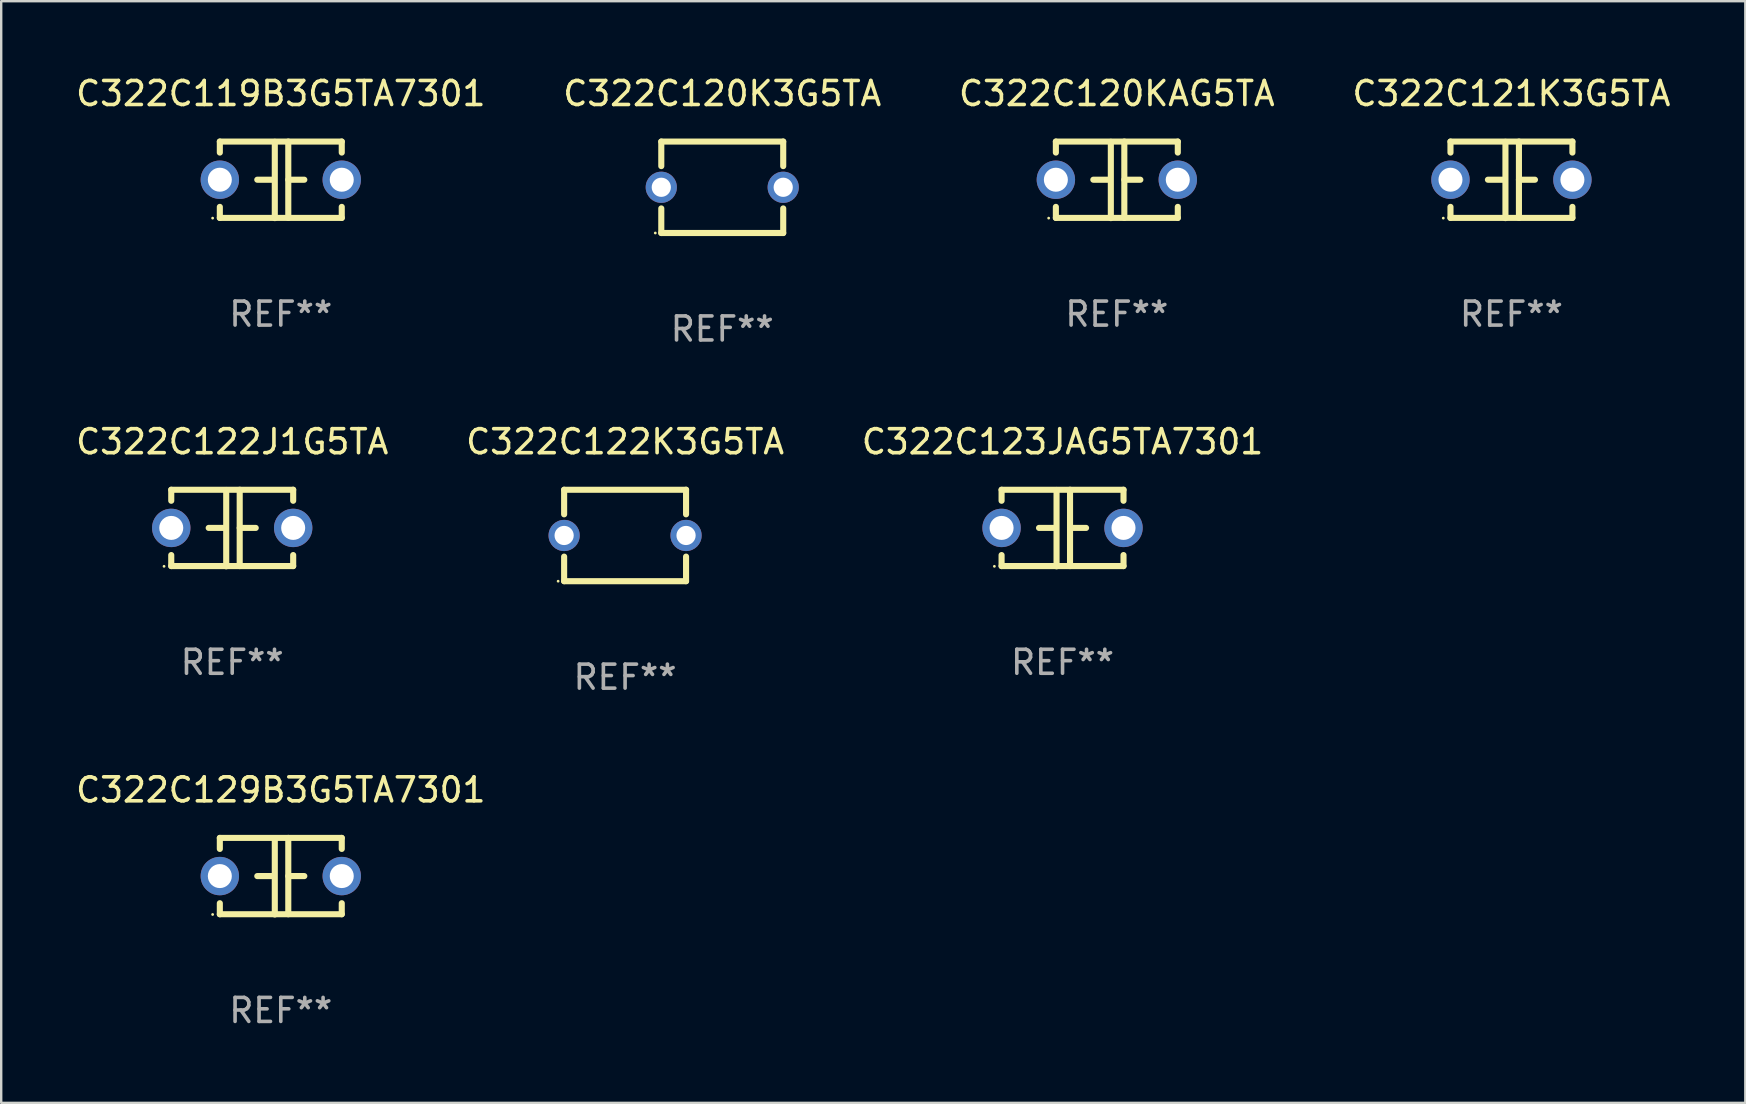
<source format=kicad_pcb>
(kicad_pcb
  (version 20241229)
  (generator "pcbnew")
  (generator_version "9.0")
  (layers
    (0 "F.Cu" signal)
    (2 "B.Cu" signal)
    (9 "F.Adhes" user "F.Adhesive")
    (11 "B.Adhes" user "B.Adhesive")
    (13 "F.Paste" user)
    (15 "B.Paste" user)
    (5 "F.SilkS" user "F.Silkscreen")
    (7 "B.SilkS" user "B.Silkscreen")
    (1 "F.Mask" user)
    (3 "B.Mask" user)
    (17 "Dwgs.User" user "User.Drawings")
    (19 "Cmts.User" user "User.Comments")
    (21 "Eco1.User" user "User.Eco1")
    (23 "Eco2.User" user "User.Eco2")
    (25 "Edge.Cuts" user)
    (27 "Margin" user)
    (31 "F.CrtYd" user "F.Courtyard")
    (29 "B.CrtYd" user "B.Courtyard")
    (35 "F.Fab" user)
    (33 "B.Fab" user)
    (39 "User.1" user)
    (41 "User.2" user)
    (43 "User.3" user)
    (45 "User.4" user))
  (footprint "C322C123JAG5TA7301"
    (layer "F.Cu")
    (at 41.22 18.95)
    (property "Reference" "C322C123JAG5TA7301" (at 0 -3.595 0) (layer "F.SilkS") (effects (font (size 1 1) (thickness 0.15))))
    (attr through_hole)
    (fp_line (start -2.54 -1.595) (end -2.54 -1.136) (stroke (width 0.254) (type solid)) (layer "F.SilkS"))
    (fp_line (start -2.54 -1.595) (end 2.54 -1.595) (stroke (width 0.254) (type solid)) (layer "F.SilkS"))
    (fp_line (start -2.54 1.126) (end -2.54 1.585) (stroke (width 0.254) (type solid)) (layer "F.SilkS"))
    (fp_line (start -0.312 -0.005) (end -0.98 -0.005) (stroke (width 0.254) (type solid)) (layer "F.SilkS"))
    (fp_line (start -0.25 -1.585) (end -0.25 1.595) (stroke (width 0.254) (type solid)) (layer "F.SilkS"))
    (fp_line (start 0.312 -1.595) (end 0.312 1.585) (stroke (width 0.254) (type solid)) (layer "F.SilkS"))
    (fp_line (start 0.312 -0.005) (end 0.98 -0.005) (stroke (width 0.254) (type solid)) (layer "F.SilkS"))
    (fp_line (start 2.54 -1.595) (end 2.54 -1.136) (stroke (width 0.254) (type solid)) (layer "F.SilkS"))
    (fp_line (start 2.54 1.126) (end 2.54 1.585) (stroke (width 0.254) (type solid)) (layer "F.SilkS"))
    (fp_line (start 2.54 1.585) (end -2.54 1.585) (stroke (width 0.254) (type solid)) (layer "F.SilkS"))
    (fp_circle (center -2.84 1.595) (end -2.81 1.595) (stroke (width 0.06) (type solid)) (fill no) (layer "F.SilkS"))
    (fp_text user "REF**" (at 0 5.595 0) (layer "F.Fab") (effects (font (size 1 1) (thickness 0.15))))
    (pad "1" thru_hole circle (at -2.54 -0.005) (size 1.6 1.6) (drill 1) (layers "*.Cu" "*.Mask"))
    (pad "2" thru_hole circle (at 2.54 -0.005) (size 1.6 1.6) (drill 1) (layers "*.Cu" "*.Mask")))
  (footprint "C322C120KAG5TA"
    (layer "F.Cu")
    (at 43.482 4.443)
    (property "Reference" "C322C120KAG5TA" (at 0 -3.595 0) (layer "F.SilkS") (effects (font (size 1 1) (thickness 0.15))))
    (attr through_hole)
    (fp_line (start -2.54 -1.595) (end -2.54 -1.136) (stroke (width 0.254) (type solid)) (layer "F.SilkS"))
    (fp_line (start -2.54 -1.595) (end 2.54 -1.595) (stroke (width 0.254) (type solid)) (layer "F.SilkS"))
    (fp_line (start -2.54 1.126) (end -2.54 1.585) (stroke (width 0.254) (type solid)) (layer "F.SilkS"))
    (fp_line (start -0.312 -0.005) (end -0.98 -0.005) (stroke (width 0.254) (type solid)) (layer "F.SilkS"))
    (fp_line (start -0.25 -1.585) (end -0.25 1.595) (stroke (width 0.254) (type solid)) (layer "F.SilkS"))
    (fp_line (start 0.312 -1.595) (end 0.312 1.585) (stroke (width 0.254) (type solid)) (layer "F.SilkS"))
    (fp_line (start 0.312 -0.005) (end 0.98 -0.005) (stroke (width 0.254) (type solid)) (layer "F.SilkS"))
    (fp_line (start 2.54 -1.595) (end 2.54 -1.136) (stroke (width 0.254) (type solid)) (layer "F.SilkS"))
    (fp_line (start 2.54 1.126) (end 2.54 1.585) (stroke (width 0.254) (type solid)) (layer "F.SilkS"))
    (fp_line (start 2.54 1.585) (end -2.54 1.585) (stroke (width 0.254) (type solid)) (layer "F.SilkS"))
    (fp_circle (center -2.84 1.595) (end -2.81 1.595) (stroke (width 0.06) (type solid)) (fill no) (layer "F.SilkS"))
    (fp_text user "REF**" (at 0 5.595 0) (layer "F.Fab") (effects (font (size 1 1) (thickness 0.15))))
    (pad "1" thru_hole circle (at -2.54 -0.005) (size 1.6 1.6) (drill 1) (layers "*.Cu" "*.Mask"))
    (pad "2" thru_hole circle (at 2.54 -0.005) (size 1.6 1.6) (drill 1) (layers "*.Cu" "*.Mask")))
  (footprint "C322C122J1G5TA"
    (layer "F.Cu")
    (at 6.625 18.95)
    (property "Reference" "C322C122J1G5TA" (at 0 -3.595 0) (layer "F.SilkS") (effects (font (size 1 1) (thickness 0.15))))
    (attr through_hole)
    (fp_line (start -2.54 -1.595) (end -2.54 -1.136) (stroke (width 0.254) (type solid)) (layer "F.SilkS"))
    (fp_line (start -2.54 -1.595) (end 2.54 -1.595) (stroke (width 0.254) (type solid)) (layer "F.SilkS"))
    (fp_line (start -2.54 1.126) (end -2.54 1.585) (stroke (width 0.254) (type solid)) (layer "F.SilkS"))
    (fp_line (start -0.312 -0.005) (end -0.98 -0.005) (stroke (width 0.254) (type solid)) (layer "F.SilkS"))
    (fp_line (start -0.25 -1.585) (end -0.25 1.595) (stroke (width 0.254) (type solid)) (layer "F.SilkS"))
    (fp_line (start 0.312 -1.595) (end 0.312 1.585) (stroke (width 0.254) (type solid)) (layer "F.SilkS"))
    (fp_line (start 0.312 -0.005) (end 0.98 -0.005) (stroke (width 0.254) (type solid)) (layer "F.SilkS"))
    (fp_line (start 2.54 -1.595) (end 2.54 -1.136) (stroke (width 0.254) (type solid)) (layer "F.SilkS"))
    (fp_line (start 2.54 1.126) (end 2.54 1.585) (stroke (width 0.254) (type solid)) (layer "F.SilkS"))
    (fp_line (start 2.54 1.585) (end -2.54 1.585) (stroke (width 0.254) (type solid)) (layer "F.SilkS"))
    (fp_circle (center -2.84 1.595) (end -2.81 1.595) (stroke (width 0.06) (type solid)) (fill no) (layer "F.SilkS"))
    (fp_text user "REF**" (at 0 5.595 0) (layer "F.Fab") (effects (font (size 1 1) (thickness 0.15))))
    (pad "1" thru_hole circle (at -2.54 -0.005) (size 1.6 1.6) (drill 1) (layers "*.Cu" "*.Mask"))
    (pad "2" thru_hole circle (at 2.54 -0.005) (size 1.6 1.6) (drill 1) (layers "*.Cu" "*.Mask")))
  (footprint "C322C129B3G5TA7301"
    (layer "F.Cu")
    (at 8.649 33.456)
    (property "Reference" "C322C129B3G5TA7301" (at 0 -3.595 0) (layer "F.SilkS") (effects (font (size 1 1) (thickness 0.15))))
    (attr through_hole)
    (fp_line (start -2.54 -1.595) (end -2.54 -1.136) (stroke (width 0.254) (type solid)) (layer "F.SilkS"))
    (fp_line (start -2.54 -1.595) (end 2.54 -1.595) (stroke (width 0.254) (type solid)) (layer "F.SilkS"))
    (fp_line (start -2.54 1.126) (end -2.54 1.585) (stroke (width 0.254) (type solid)) (layer "F.SilkS"))
    (fp_line (start -0.312 -0.005) (end -0.98 -0.005) (stroke (width 0.254) (type solid)) (layer "F.SilkS"))
    (fp_line (start -0.25 -1.585) (end -0.25 1.595) (stroke (width 0.254) (type solid)) (layer "F.SilkS"))
    (fp_line (start 0.312 -1.595) (end 0.312 1.585) (stroke (width 0.254) (type solid)) (layer "F.SilkS"))
    (fp_line (start 0.312 -0.005) (end 0.98 -0.005) (stroke (width 0.254) (type solid)) (layer "F.SilkS"))
    (fp_line (start 2.54 -1.595) (end 2.54 -1.136) (stroke (width 0.254) (type solid)) (layer "F.SilkS"))
    (fp_line (start 2.54 1.126) (end 2.54 1.585) (stroke (width 0.254) (type solid)) (layer "F.SilkS"))
    (fp_line (start 2.54 1.585) (end -2.54 1.585) (stroke (width 0.254) (type solid)) (layer "F.SilkS"))
    (fp_circle (center -2.84 1.595) (end -2.81 1.595) (stroke (width 0.06) (type solid)) (fill no) (layer "F.SilkS"))
    (fp_text user "REF**" (at 0 5.595 0) (layer "F.Fab") (effects (font (size 1 1) (thickness 0.15))))
    (pad "1" thru_hole circle (at -2.54 -0.005) (size 1.6 1.6) (drill 1) (layers "*.Cu" "*.Mask"))
    (pad "2" thru_hole circle (at 2.54 -0.005) (size 1.6 1.6) (drill 1) (layers "*.Cu" "*.Mask")))
  (footprint "C322C119B3G5TA7301"
    (layer "F.Cu")
    (at 8.649 4.443)
    (property "Reference" "C322C119B3G5TA7301" (at 0 -3.595 0) (layer "F.SilkS") (effects (font (size 1 1) (thickness 0.15))))
    (attr through_hole)
    (fp_line (start -2.54 -1.595) (end -2.54 -1.136) (stroke (width 0.254) (type solid)) (layer "F.SilkS"))
    (fp_line (start -2.54 -1.595) (end 2.54 -1.595) (stroke (width 0.254) (type solid)) (layer "F.SilkS"))
    (fp_line (start -2.54 1.126) (end -2.54 1.585) (stroke (width 0.254) (type solid)) (layer "F.SilkS"))
    (fp_line (start -0.312 -0.005) (end -0.98 -0.005) (stroke (width 0.254) (type solid)) (layer "F.SilkS"))
    (fp_line (start -0.25 -1.585) (end -0.25 1.595) (stroke (width 0.254) (type solid)) (layer "F.SilkS"))
    (fp_line (start 0.312 -1.595) (end 0.312 1.585) (stroke (width 0.254) (type solid)) (layer "F.SilkS"))
    (fp_line (start 0.312 -0.005) (end 0.98 -0.005) (stroke (width 0.254) (type solid)) (layer "F.SilkS"))
    (fp_line (start 2.54 -1.595) (end 2.54 -1.136) (stroke (width 0.254) (type solid)) (layer "F.SilkS"))
    (fp_line (start 2.54 1.126) (end 2.54 1.585) (stroke (width 0.254) (type solid)) (layer "F.SilkS"))
    (fp_line (start 2.54 1.585) (end -2.54 1.585) (stroke (width 0.254) (type solid)) (layer "F.SilkS"))
    (fp_circle (center -2.84 1.595) (end -2.81 1.595) (stroke (width 0.06) (type solid)) (fill no) (layer "F.SilkS"))
    (fp_text user "REF**" (at 0 5.595 0) (layer "F.Fab") (effects (font (size 1 1) (thickness 0.15))))
    (pad "1" thru_hole circle (at -2.54 -0.005) (size 1.6 1.6) (drill 1) (layers "*.Cu" "*.Mask"))
    (pad "2" thru_hole circle (at 2.54 -0.005) (size 1.6 1.6) (drill 1) (layers "*.Cu" "*.Mask")))
  (footprint "C322C120K3G5TA"
    (layer "F.Cu")
    (at 27.042 4.753)
    (property "Reference" "C322C120K3G5TA" (at 0 -3.905 0) (layer "F.SilkS") (effects (font (size 1 1) (thickness 0.15))))
    (attr through_hole)
    (fp_line (start -2.54 -1.905) (end -2.54 -0.881) (stroke (width 0.254) (type solid)) (layer "F.SilkS"))
    (fp_line (start -2.54 0.881) (end -2.54 1.905) (stroke (width 0.254) (type solid)) (layer "F.SilkS"))
    (fp_line (start -2.54 1.905) (end 2.54 1.905) (stroke (width 0.254) (type solid)) (layer "F.SilkS"))
    (fp_line (start 2.54 -1.905) (end -2.54 -1.905) (stroke (width 0.254) (type solid)) (layer "F.SilkS"))
    (fp_line (start 2.54 -0.881) (end 2.54 -1.905) (stroke (width 0.254) (type solid)) (layer "F.SilkS"))
    (fp_line (start 2.54 1.905) (end 2.54 0.881) (stroke (width 0.254) (type solid)) (layer "F.SilkS"))
    (fp_circle (center -2.79 1.905) (end -2.76 1.905) (stroke (width 0.06) (type solid)) (fill no) (layer "F.SilkS"))
    (fp_text user "REF**" (at 0 5.905 0) (layer "F.Fab") (effects (font (size 1 1) (thickness 0.15))))
    (pad "1" thru_hole circle (at -2.54 0) (size 1.3 1.3) (drill 0.8) (layers "*.Cu" "*.Mask"))
    (pad "2" thru_hole circle (at 2.54 0) (size 1.3 1.3) (drill 0.8) (layers "*.Cu" "*.Mask")))
  (footprint "C322C122K3G5TA"
    (layer "F.Cu")
    (at 22.994 19.26)
    (property "Reference" "C322C122K3G5TA" (at 0 -3.905 0) (layer "F.SilkS") (effects (font (size 1 1) (thickness 0.15))))
    (attr through_hole)
    (fp_line (start -2.54 -1.905) (end -2.54 -0.881) (stroke (width 0.254) (type solid)) (layer "F.SilkS"))
    (fp_line (start -2.54 0.881) (end -2.54 1.905) (stroke (width 0.254) (type solid)) (layer "F.SilkS"))
    (fp_line (start -2.54 1.905) (end 2.54 1.905) (stroke (width 0.254) (type solid)) (layer "F.SilkS"))
    (fp_line (start 2.54 -1.905) (end -2.54 -1.905) (stroke (width 0.254) (type solid)) (layer "F.SilkS"))
    (fp_line (start 2.54 -0.881) (end 2.54 -1.905) (stroke (width 0.254) (type solid)) (layer "F.SilkS"))
    (fp_line (start 2.54 1.905) (end 2.54 0.881) (stroke (width 0.254) (type solid)) (layer "F.SilkS"))
    (fp_circle (center -2.79 1.905) (end -2.76 1.905) (stroke (width 0.06) (type solid)) (fill no) (layer "F.SilkS"))
    (fp_text user "REF**" (at 0 5.905 0) (layer "F.Fab") (effects (font (size 1 1) (thickness 0.15))))
    (pad "1" thru_hole circle (at -2.54 0) (size 1.3 1.3) (drill 0.8) (layers "*.Cu" "*.Mask"))
    (pad "2" thru_hole circle (at 2.54 0) (size 1.3 1.3) (drill 0.8) (layers "*.Cu" "*.Mask")))
  (footprint "C322C121K3G5TA"
    (layer "F.Cu")
    (at 59.923 4.443)
    (property "Reference" "C322C121K3G5TA" (at 0 -3.595 0) (layer "F.SilkS") (effects (font (size 1 1) (thickness 0.15))))
    (attr through_hole)
    (fp_line (start -2.54 -1.595) (end -2.54 -1.136) (stroke (width 0.254) (type solid)) (layer "F.SilkS"))
    (fp_line (start -2.54 -1.595) (end 2.54 -1.595) (stroke (width 0.254) (type solid)) (layer "F.SilkS"))
    (fp_line (start -2.54 1.126) (end -2.54 1.585) (stroke (width 0.254) (type solid)) (layer "F.SilkS"))
    (fp_line (start -0.312 -0.005) (end -0.98 -0.005) (stroke (width 0.254) (type solid)) (layer "F.SilkS"))
    (fp_line (start -0.25 -1.585) (end -0.25 1.595) (stroke (width 0.254) (type solid)) (layer "F.SilkS"))
    (fp_line (start 0.312 -1.595) (end 0.312 1.585) (stroke (width 0.254) (type solid)) (layer "F.SilkS"))
    (fp_line (start 0.312 -0.005) (end 0.98 -0.005) (stroke (width 0.254) (type solid)) (layer "F.SilkS"))
    (fp_line (start 2.54 -1.595) (end 2.54 -1.136) (stroke (width 0.254) (type solid)) (layer "F.SilkS"))
    (fp_line (start 2.54 1.126) (end 2.54 1.585) (stroke (width 0.254) (type solid)) (layer "F.SilkS"))
    (fp_line (start 2.54 1.585) (end -2.54 1.585) (stroke (width 0.254) (type solid)) (layer "F.SilkS"))
    (fp_circle (center -2.84 1.595) (end -2.81 1.595) (stroke (width 0.06) (type solid)) (fill no) (layer "F.SilkS"))
    (fp_text user "REF**" (at 0 5.595 0) (layer "F.Fab") (effects (font (size 1 1) (thickness 0.15))))
    (pad "1" thru_hole circle (at -2.54 -0.005) (size 1.6 1.6) (drill 1) (layers "*.Cu" "*.Mask"))
    (pad "2" thru_hole circle (at 2.54 -0.005) (size 1.6 1.6) (drill 1) (layers "*.Cu" "*.Mask")))
  (gr_rect
    (start -3 -3)
    (end 69.667 42.899)
    (stroke (width 0.1) (type default))
    (fill no)
    (layer "Edge.Cuts")))
</source>
